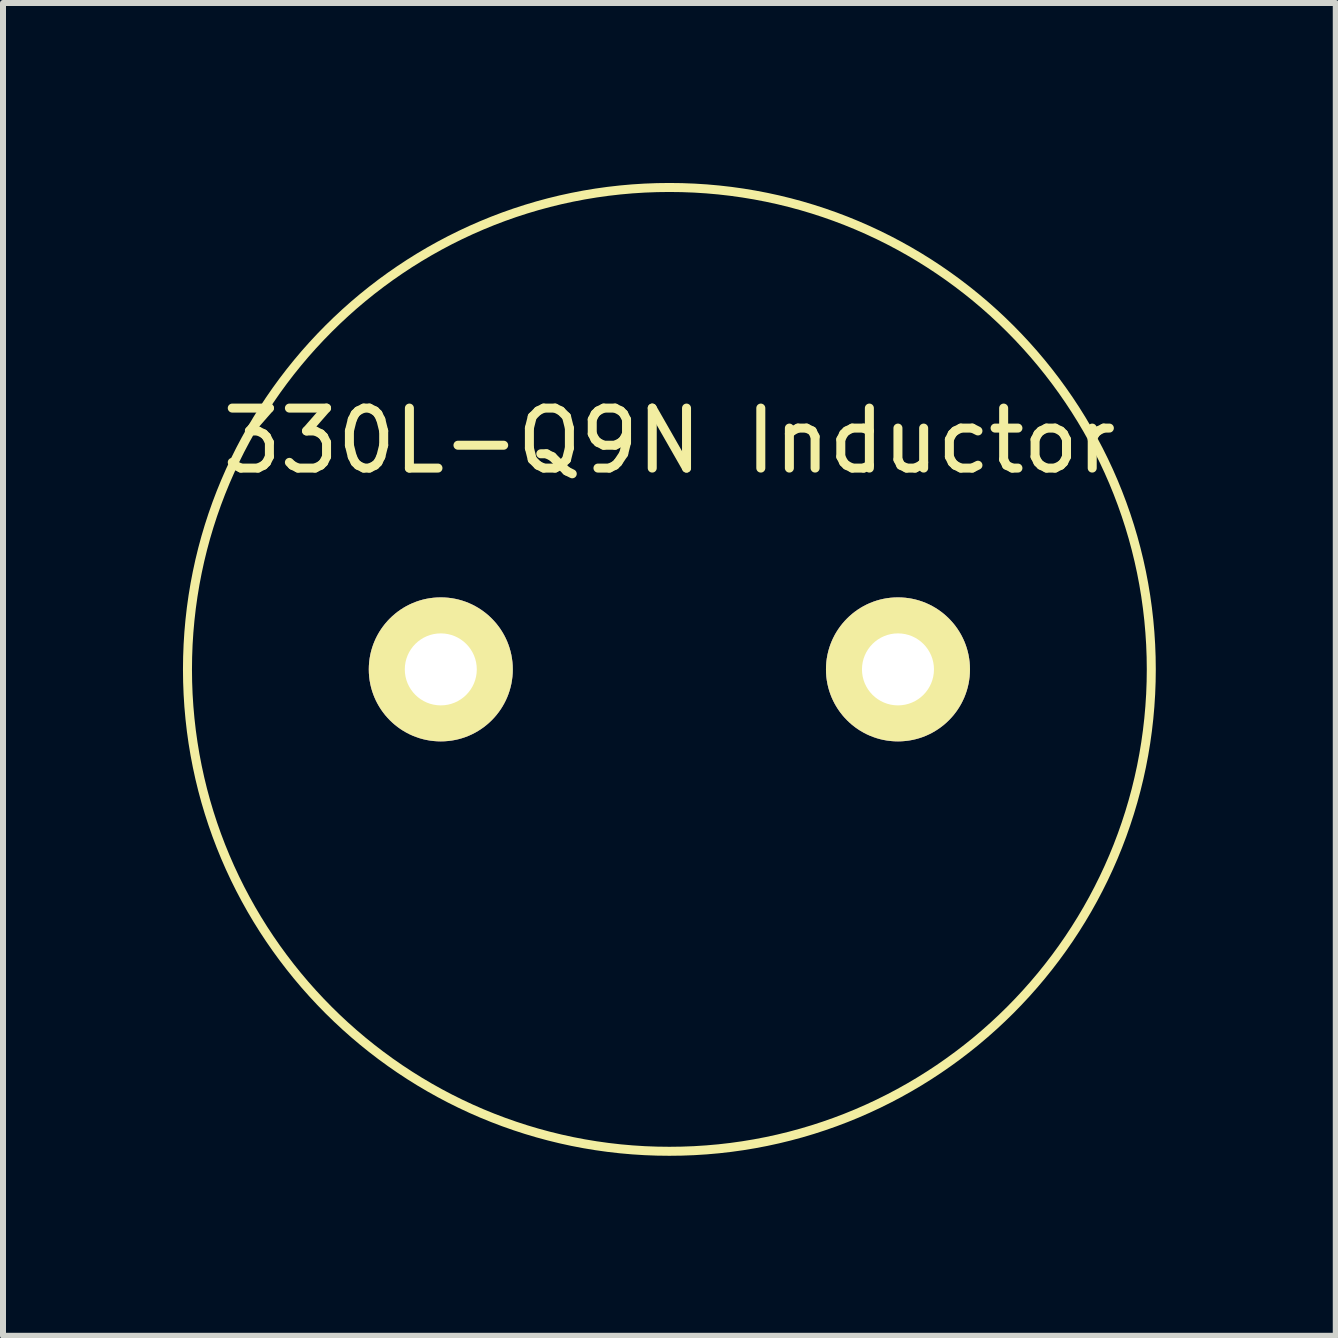
<source format=kicad_pcb>
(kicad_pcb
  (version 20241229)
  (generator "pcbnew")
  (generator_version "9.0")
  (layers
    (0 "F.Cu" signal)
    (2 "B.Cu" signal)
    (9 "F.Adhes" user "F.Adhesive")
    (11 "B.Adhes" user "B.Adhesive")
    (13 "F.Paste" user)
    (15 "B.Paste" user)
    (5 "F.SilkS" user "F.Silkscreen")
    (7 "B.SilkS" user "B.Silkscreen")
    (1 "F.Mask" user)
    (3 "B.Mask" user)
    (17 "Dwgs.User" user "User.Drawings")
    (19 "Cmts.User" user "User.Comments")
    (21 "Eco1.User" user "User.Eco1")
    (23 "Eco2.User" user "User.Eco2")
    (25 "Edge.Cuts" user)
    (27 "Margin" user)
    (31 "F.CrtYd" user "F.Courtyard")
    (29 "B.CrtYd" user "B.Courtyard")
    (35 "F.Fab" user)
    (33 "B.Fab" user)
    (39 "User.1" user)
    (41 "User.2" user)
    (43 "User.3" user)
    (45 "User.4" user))
  (footprint "330L-Q9N Inductor"
    (layer "F.Cu")
    (at 8.107 8.107)
    (property "Reference" "330L-Q9N Inductor" (at 0 -3.81 0) (layer "F.SilkS") (effects (font (size 1 1) (thickness 0.15))))
    (attr through_hole)
    (fp_circle (center 0 0) (end 7.62 -2.54) (stroke (width 0.15) (type solid)) (fill no) (layer "F.SilkS"))
    (pad "3" thru_hole circle (at -3.81 0) (size 2.4 2.4) (drill 1.2) (layers "*.Cu" "*.Mask" "F.SilkS"))
    (pad "4" thru_hole circle (at 3.81 0) (size 2.4 2.4) (drill 1.2) (layers "*.Cu" "*.Mask" "F.SilkS")))
  (gr_rect
    (start -3 -3)
    (end 19.214 19.214)
    (stroke (width 0.1) (type default))
    (fill no)
    (layer "Edge.Cuts")))
</source>
